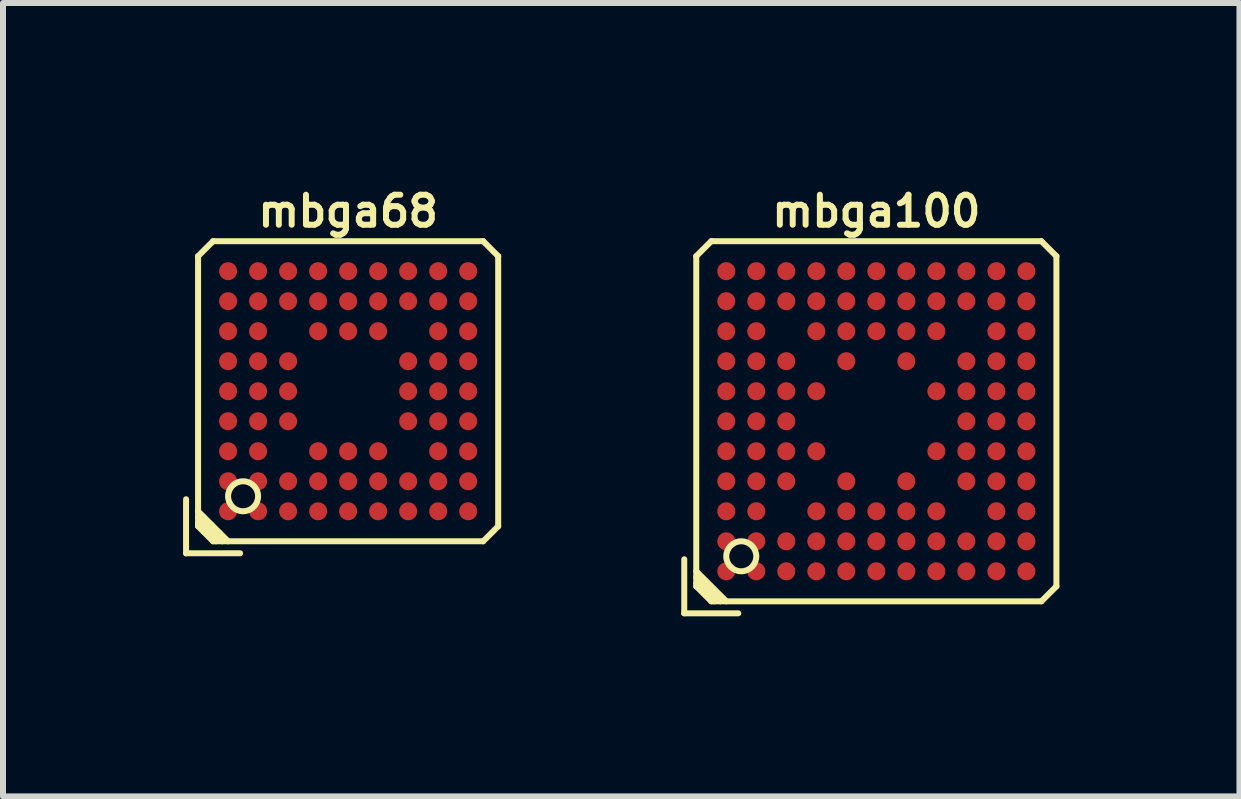
<source format=kicad_pcb>
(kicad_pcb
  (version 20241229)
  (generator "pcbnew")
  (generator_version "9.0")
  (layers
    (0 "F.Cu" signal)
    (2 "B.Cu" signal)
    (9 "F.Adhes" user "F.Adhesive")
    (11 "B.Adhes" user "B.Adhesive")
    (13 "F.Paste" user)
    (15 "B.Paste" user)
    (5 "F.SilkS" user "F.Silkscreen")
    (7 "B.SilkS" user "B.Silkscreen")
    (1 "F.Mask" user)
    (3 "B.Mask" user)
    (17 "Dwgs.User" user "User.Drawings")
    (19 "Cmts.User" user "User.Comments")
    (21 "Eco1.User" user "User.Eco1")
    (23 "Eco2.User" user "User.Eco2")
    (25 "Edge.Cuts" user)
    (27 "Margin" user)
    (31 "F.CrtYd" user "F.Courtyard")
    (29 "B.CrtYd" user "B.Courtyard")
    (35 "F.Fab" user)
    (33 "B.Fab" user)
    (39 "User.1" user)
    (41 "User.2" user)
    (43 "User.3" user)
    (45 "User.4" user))
  (footprint "mbga100"
    (layer "F.Cu")
    (at 11.55 3.968)
    (property "Reference" "mbga100" (at 0 -3.5 0) (layer "F.SilkS") (effects (font (size 0.5 0.5) (thickness 0.1))))
    (attr through_hole)
    (fp_line (start -3.2 3.2) (end -3.2 2.3) (stroke (width 0.1) (type solid)) (layer "F.SilkS"))
    (fp_line (start -3 -2.75) (end -3 2.75) (stroke (width 0.1) (type solid)) (layer "F.SilkS"))
    (fp_line (start -3 -2.75) (end -2.75 -3) (stroke (width 0.1) (type solid)) (layer "F.SilkS"))
    (fp_line (start -3 2.5) (end -2.5 3) (stroke (width 0.1) (type solid)) (layer "F.SilkS"))
    (fp_line (start -3 2.7) (end -2.7 3) (stroke (width 0.1) (type solid)) (layer "F.SilkS"))
    (fp_line (start -2.75 3) (end -3 2.75) (stroke (width 0.1) (type solid)) (layer "F.SilkS"))
    (fp_line (start -2.75 3) (end 2.75 3) (stroke (width 0.1) (type solid)) (layer "F.SilkS"))
    (fp_line (start -2.6 3) (end -3 2.6) (stroke (width 0.1) (type solid)) (layer "F.SilkS"))
    (fp_line (start -2.3 3.2) (end -3.2 3.2) (stroke (width 0.1) (type solid)) (layer "F.SilkS"))
    (fp_line (start 2.75 -3) (end -2.75 -3) (stroke (width 0.1) (type solid)) (layer "F.SilkS"))
    (fp_line (start 2.75 -3) (end 3 -2.75) (stroke (width 0.1) (type solid)) (layer "F.SilkS"))
    (fp_line (start 3 2.75) (end 2.75 3) (stroke (width 0.1) (type solid)) (layer "F.SilkS"))
    (fp_line (start 3 2.75) (end 3 -2.75) (stroke (width 0.1) (type solid)) (layer "F.SilkS"))
    (fp_circle (center -2.25 2.25) (end -2.5 2.25) (stroke (width 0.1) (type solid)) (fill no) (layer "F.SilkS"))
    (pad "A1" smd circle (at -2.5 2.5) (size 0.3 0.3) (layers "F.Cu" "F.Mask" "F.Paste"))
    (pad "A2" smd circle (at -2 2.5) (size 0.3 0.3) (layers "F.Cu" "F.Mask" "F.Paste"))
    (pad "A3" smd circle (at -1.5 2.5) (size 0.3 0.3) (layers "F.Cu" "F.Mask" "F.Paste"))
    (pad "A4" smd circle (at -1 2.5) (size 0.3 0.3) (layers "F.Cu" "F.Mask" "F.Paste"))
    (pad "A5" smd circle (at -0.5 2.5) (size 0.3 0.3) (layers "F.Cu" "F.Mask" "F.Paste"))
    (pad "A6" smd circle (at 0 2.5) (size 0.3 0.3) (layers "F.Cu" "F.Mask" "F.Paste"))
    (pad "A7" smd circle (at 0.5 2.5) (size 0.3 0.3) (layers "F.Cu" "F.Mask" "F.Paste"))
    (pad "A8" smd circle (at 1 2.5) (size 0.3 0.3) (layers "F.Cu" "F.Mask" "F.Paste"))
    (pad "A9" smd circle (at 1.5 2.5) (size 0.3 0.3) (layers "F.Cu" "F.Mask" "F.Paste"))
    (pad "A10" smd circle (at 2 2.5) (size 0.3 0.3) (layers "F.Cu" "F.Mask" "F.Paste"))
    (pad "A11" smd circle (at 2.5 2.5) (size 0.3 0.3) (layers "F.Cu" "F.Mask" "F.Paste"))
    (pad "B1" smd circle (at -2.5 2) (size 0.3 0.3) (layers "F.Cu" "F.Mask" "F.Paste"))
    (pad "B2" smd circle (at -2 2) (size 0.3 0.3) (layers "F.Cu" "F.Mask" "F.Paste"))
    (pad "B3" smd circle (at -1.5 2) (size 0.3 0.3) (layers "F.Cu" "F.Mask" "F.Paste"))
    (pad "B4" smd circle (at -1 2) (size 0.3 0.3) (layers "F.Cu" "F.Mask" "F.Paste"))
    (pad "B5" smd circle (at -0.5 2) (size 0.3 0.3) (layers "F.Cu" "F.Mask" "F.Paste"))
    (pad "B6" smd circle (at 0 2) (size 0.3 0.3) (layers "F.Cu" "F.Mask" "F.Paste"))
    (pad "B7" smd circle (at 0.5 2) (size 0.3 0.3) (layers "F.Cu" "F.Mask" "F.Paste"))
    (pad "B8" smd circle (at 1 2) (size 0.3 0.3) (layers "F.Cu" "F.Mask" "F.Paste"))
    (pad "B9" smd circle (at 1.5 2) (size 0.3 0.3) (layers "F.Cu" "F.Mask" "F.Paste"))
    (pad "B10" smd circle (at 2 2) (size 0.3 0.3) (layers "F.Cu" "F.Mask" "F.Paste"))
    (pad "B11" smd circle (at 2.5 2) (size 0.3 0.3) (layers "F.Cu" "F.Mask" "F.Paste"))
    (pad "C1" smd circle (at -2.5 1.5) (size 0.3 0.3) (layers "F.Cu" "F.Mask" "F.Paste"))
    (pad "C2" smd circle (at -2 1.5) (size 0.3 0.3) (layers "F.Cu" "F.Mask" "F.Paste"))
    (pad "C4" smd circle (at -1 1.5) (size 0.3 0.3) (layers "F.Cu" "F.Mask" "F.Paste"))
    (pad "C5" smd circle (at -0.5 1.5) (size 0.3 0.3) (layers "F.Cu" "F.Mask" "F.Paste"))
    (pad "C6" smd circle (at 0 1.5) (size 0.3 0.3) (layers "F.Cu" "F.Mask" "F.Paste"))
    (pad "C7" smd circle (at 0.5 1.5) (size 0.3 0.3) (layers "F.Cu" "F.Mask" "F.Paste"))
    (pad "C8" smd circle (at 1 1.5) (size 0.3 0.3) (layers "F.Cu" "F.Mask" "F.Paste"))
    (pad "C10" smd circle (at 2 1.5) (size 0.3 0.3) (layers "F.Cu" "F.Mask" "F.Paste"))
    (pad "C11" smd circle (at 2.5 1.5) (size 0.3 0.3) (layers "F.Cu" "F.Mask" "F.Paste"))
    (pad "D1" smd circle (at -2.5 1) (size 0.3 0.3) (layers "F.Cu" "F.Mask" "F.Paste"))
    (pad "D2" smd circle (at -2 1) (size 0.3 0.3) (layers "F.Cu" "F.Mask" "F.Paste"))
    (pad "D3" smd circle (at -1.5 1) (size 0.3 0.3) (layers "F.Cu" "F.Mask" "F.Paste"))
    (pad "D5" smd circle (at -0.5 1) (size 0.3 0.3) (layers "F.Cu" "F.Mask" "F.Paste"))
    (pad "D7" smd circle (at 0.5 1) (size 0.3 0.3) (layers "F.Cu" "F.Mask" "F.Paste"))
    (pad "D9" smd circle (at 1.5 1) (size 0.3 0.3) (layers "F.Cu" "F.Mask" "F.Paste"))
    (pad "D10" smd circle (at 2 1) (size 0.3 0.3) (layers "F.Cu" "F.Mask" "F.Paste"))
    (pad "D11" smd circle (at 2.5 1) (size 0.3 0.3) (layers "F.Cu" "F.Mask" "F.Paste"))
    (pad "E1" smd circle (at -2.5 0.5) (size 0.3 0.3) (layers "F.Cu" "F.Mask" "F.Paste"))
    (pad "E2" smd circle (at -2 0.5) (size 0.3 0.3) (layers "F.Cu" "F.Mask" "F.Paste"))
    (pad "E3" smd circle (at -1.5 0.5) (size 0.3 0.3) (layers "F.Cu" "F.Mask" "F.Paste"))
    (pad "E4" smd circle (at -1 0.5) (size 0.3 0.3) (layers "F.Cu" "F.Mask" "F.Paste"))
    (pad "E8" smd circle (at 1 0.5) (size 0.3 0.3) (layers "F.Cu" "F.Mask" "F.Paste"))
    (pad "E9" smd circle (at 1.5 0.5) (size 0.3 0.3) (layers "F.Cu" "F.Mask" "F.Paste"))
    (pad "E10" smd circle (at 2 0.5) (size 0.3 0.3) (layers "F.Cu" "F.Mask" "F.Paste"))
    (pad "E11" smd circle (at 2.5 0.5) (size 0.3 0.3) (layers "F.Cu" "F.Mask" "F.Paste"))
    (pad "F1" smd circle (at -2.5 0) (size 0.3 0.3) (layers "F.Cu" "F.Mask" "F.Paste"))
    (pad "F2" smd circle (at -2 0) (size 0.3 0.3) (layers "F.Cu" "F.Mask" "F.Paste"))
    (pad "F3" smd circle (at -1.5 0) (size 0.3 0.3) (layers "F.Cu" "F.Mask" "F.Paste"))
    (pad "F9" smd circle (at 1.5 0) (size 0.3 0.3) (layers "F.Cu" "F.Mask" "F.Paste"))
    (pad "F10" smd circle (at 2 0) (size 0.3 0.3) (layers "F.Cu" "F.Mask" "F.Paste"))
    (pad "F11" smd circle (at 2.5 0) (size 0.3 0.3) (layers "F.Cu" "F.Mask" "F.Paste"))
    (pad "G1" smd circle (at -2.5 -0.5) (size 0.3 0.3) (layers "F.Cu" "F.Mask" "F.Paste"))
    (pad "G2" smd circle (at -2 -0.5) (size 0.3 0.3) (layers "F.Cu" "F.Mask" "F.Paste"))
    (pad "G3" smd circle (at -1.5 -0.5) (size 0.3 0.3) (layers "F.Cu" "F.Mask" "F.Paste"))
    (pad "G4" smd circle (at -1 -0.5) (size 0.3 0.3) (layers "F.Cu" "F.Mask" "F.Paste"))
    (pad "G8" smd circle (at 1 -0.5) (size 0.3 0.3) (layers "F.Cu" "F.Mask" "F.Paste"))
    (pad "G9" smd circle (at 1.5 -0.5) (size 0.3 0.3) (layers "F.Cu" "F.Mask" "F.Paste"))
    (pad "G10" smd circle (at 2 -0.5) (size 0.3 0.3) (layers "F.Cu" "F.Mask" "F.Paste"))
    (pad "G11" smd circle (at 2.5 -0.5) (size 0.3 0.3) (layers "F.Cu" "F.Mask" "F.Paste"))
    (pad "H1" smd circle (at -2.5 -1) (size 0.3 0.3) (layers "F.Cu" "F.Mask" "F.Paste"))
    (pad "H2" smd circle (at -2 -1) (size 0.3 0.3) (layers "F.Cu" "F.Mask" "F.Paste"))
    (pad "H3" smd circle (at -1.5 -1) (size 0.3 0.3) (layers "F.Cu" "F.Mask" "F.Paste"))
    (pad "H5" smd circle (at -0.5 -1) (size 0.3 0.3) (layers "F.Cu" "F.Mask" "F.Paste"))
    (pad "H7" smd circle (at 0.5 -1) (size 0.3 0.3) (layers "F.Cu" "F.Mask" "F.Paste"))
    (pad "H9" smd circle (at 1.5 -1) (size 0.3 0.3) (layers "F.Cu" "F.Mask" "F.Paste"))
    (pad "H10" smd circle (at 2 -1) (size 0.3 0.3) (layers "F.Cu" "F.Mask" "F.Paste"))
    (pad "H11" smd circle (at 2.5 -1) (size 0.3 0.3) (layers "F.Cu" "F.Mask" "F.Paste"))
    (pad "J1" smd circle (at -2.5 -1.5) (size 0.3 0.3) (layers "F.Cu" "F.Mask" "F.Paste"))
    (pad "J2" smd circle (at -2 -1.5) (size 0.3 0.3) (layers "F.Cu" "F.Mask" "F.Paste"))
    (pad "J4" smd circle (at -1 -1.5) (size 0.3 0.3) (layers "F.Cu" "F.Mask" "F.Paste"))
    (pad "J5" smd circle (at -0.5 -1.5) (size 0.3 0.3) (layers "F.Cu" "F.Mask" "F.Paste"))
    (pad "J6" smd circle (at 0 -1.5) (size 0.3 0.3) (layers "F.Cu" "F.Mask" "F.Paste"))
    (pad "J7" smd circle (at 0.5 -1.5) (size 0.3 0.3) (layers "F.Cu" "F.Mask" "F.Paste"))
    (pad "J8" smd circle (at 1 -1.5) (size 0.3 0.3) (layers "F.Cu" "F.Mask" "F.Paste"))
    (pad "J10" smd circle (at 2 -1.5) (size 0.3 0.3) (layers "F.Cu" "F.Mask" "F.Paste"))
    (pad "J11" smd circle (at 2.5 -1.5) (size 0.3 0.3) (layers "F.Cu" "F.Mask" "F.Paste"))
    (pad "K1" smd circle (at -2.5 -2) (size 0.3 0.3) (layers "F.Cu" "F.Mask" "F.Paste"))
    (pad "K2" smd circle (at -2 -2) (size 0.3 0.3) (layers "F.Cu" "F.Mask" "F.Paste"))
    (pad "K3" smd circle (at -1.5 -2) (size 0.3 0.3) (layers "F.Cu" "F.Mask" "F.Paste"))
    (pad "K4" smd circle (at -1 -2) (size 0.3 0.3) (layers "F.Cu" "F.Mask" "F.Paste"))
    (pad "K5" smd circle (at -0.5 -2) (size 0.3 0.3) (layers "F.Cu" "F.Mask" "F.Paste"))
    (pad "K6" smd circle (at 0 -2) (size 0.3 0.3) (layers "F.Cu" "F.Mask" "F.Paste"))
    (pad "K7" smd circle (at 0.5 -2) (size 0.3 0.3) (layers "F.Cu" "F.Mask" "F.Paste"))
    (pad "K8" smd circle (at 1 -2) (size 0.3 0.3) (layers "F.Cu" "F.Mask" "F.Paste"))
    (pad "K9" smd circle (at 1.5 -2) (size 0.3 0.3) (layers "F.Cu" "F.Mask" "F.Paste"))
    (pad "K10" smd circle (at 2 -2) (size 0.3 0.3) (layers "F.Cu" "F.Mask" "F.Paste"))
    (pad "K11" smd circle (at 2.5 -2) (size 0.3 0.3) (layers "F.Cu" "F.Mask" "F.Paste"))
    (pad "L1" smd circle (at -2.5 -2.5) (size 0.3 0.3) (layers "F.Cu" "F.Mask" "F.Paste"))
    (pad "L2" smd circle (at -2 -2.5) (size 0.3 0.3) (layers "F.Cu" "F.Mask" "F.Paste"))
    (pad "L3" smd circle (at -1.5 -2.5) (size 0.3 0.3) (layers "F.Cu" "F.Mask" "F.Paste"))
    (pad "L4" smd circle (at -1 -2.5) (size 0.3 0.3) (layers "F.Cu" "F.Mask" "F.Paste"))
    (pad "L5" smd circle (at -0.5 -2.5) (size 0.3 0.3) (layers "F.Cu" "F.Mask" "F.Paste"))
    (pad "L6" smd circle (at 0 -2.5) (size 0.3 0.3) (layers "F.Cu" "F.Mask" "F.Paste"))
    (pad "L7" smd circle (at 0.5 -2.5) (size 0.3 0.3) (layers "F.Cu" "F.Mask" "F.Paste"))
    (pad "L8" smd circle (at 1 -2.5) (size 0.3 0.3) (layers "F.Cu" "F.Mask" "F.Paste"))
    (pad "L9" smd circle (at 1.5 -2.5) (size 0.3 0.3) (layers "F.Cu" "F.Mask" "F.Paste"))
    (pad "L10" smd circle (at 2 -2.5) (size 0.3 0.3) (layers "F.Cu" "F.Mask" "F.Paste"))
    (pad "L11" smd circle (at 2.5 -2.5) (size 0.3 0.3) (layers "F.Cu" "F.Mask" "F.Paste")))
  (footprint "mbga68"
    (layer "F.Cu")
    (at 2.75 3.468)
    (property "Reference" "mbga68" (at 0 -3 0) (layer "F.SilkS") (effects (font (size 0.5 0.5) (thickness 0.1))))
    (attr through_hole)
    (fp_line (start -2.7 2.7) (end -2.7 1.8) (stroke (width 0.1) (type solid)) (layer "F.SilkS"))
    (fp_line (start -2.5 -2.25) (end -2.25 -2.5) (stroke (width 0.1) (type solid)) (layer "F.SilkS"))
    (fp_line (start -2.5 2) (end -2 2.5) (stroke (width 0.1) (type solid)) (layer "F.SilkS"))
    (fp_line (start -2.5 2.2) (end -2.2 2.5) (stroke (width 0.1) (type solid)) (layer "F.SilkS"))
    (fp_line (start -2.5 2.25) (end -2.5 -2.25) (stroke (width 0.1) (type solid)) (layer "F.SilkS"))
    (fp_line (start -2.25 -2.5) (end 2.25 -2.5) (stroke (width 0.1) (type solid)) (layer "F.SilkS"))
    (fp_line (start -2.25 2.5) (end -2.5 2.25) (stroke (width 0.1) (type solid)) (layer "F.SilkS"))
    (fp_line (start -2.1 2.5) (end -2.5 2.1) (stroke (width 0.1) (type solid)) (layer "F.SilkS"))
    (fp_line (start -1.8 2.7) (end -2.7 2.7) (stroke (width 0.1) (type solid)) (layer "F.SilkS"))
    (fp_line (start 2.25 -2.5) (end 2.5 -2.25) (stroke (width 0.1) (type solid)) (layer "F.SilkS"))
    (fp_line (start 2.25 2.5) (end -2.25 2.5) (stroke (width 0.1) (type solid)) (layer "F.SilkS"))
    (fp_line (start 2.5 -2.25) (end 2.5 2.25) (stroke (width 0.1) (type solid)) (layer "F.SilkS"))
    (fp_line (start 2.5 2.25) (end 2.25 2.5) (stroke (width 0.1) (type solid)) (layer "F.SilkS"))
    (fp_circle (center -1.75 1.75) (end -2 1.75) (stroke (width 0.1) (type solid)) (fill no) (layer "F.SilkS"))
    (pad "A1" smd circle (at -2 2) (size 0.3 0.3) (layers "F.Cu" "F.Mask" "F.Paste"))
    (pad "A2" smd circle (at -1.5 2) (size 0.3 0.3) (layers "F.Cu" "F.Mask" "F.Paste"))
    (pad "A3" smd circle (at -1 2) (size 0.3 0.3) (layers "F.Cu" "F.Mask" "F.Paste"))
    (pad "A4" smd circle (at -0.5 2) (size 0.3 0.3) (layers "F.Cu" "F.Mask" "F.Paste"))
    (pad "A5" smd circle (at 0 2) (size 0.3 0.3) (layers "F.Cu" "F.Mask" "F.Paste"))
    (pad "A6" smd circle (at 0.5 2) (size 0.3 0.3) (layers "F.Cu" "F.Mask" "F.Paste"))
    (pad "A7" smd circle (at 1 2) (size 0.3 0.3) (layers "F.Cu" "F.Mask" "F.Paste"))
    (pad "A8" smd circle (at 1.5 2) (size 0.3 0.3) (layers "F.Cu" "F.Mask" "F.Paste"))
    (pad "A9" smd circle (at 2 2) (size 0.3 0.3) (layers "F.Cu" "F.Mask" "F.Paste"))
    (pad "B1" smd circle (at -2 1.5) (size 0.3 0.3) (layers "F.Cu" "F.Mask" "F.Paste"))
    (pad "B2" smd circle (at -1.5 1.5) (size 0.3 0.3) (layers "F.Cu" "F.Mask" "F.Paste"))
    (pad "B3" smd circle (at -1 1.5) (size 0.3 0.3) (layers "F.Cu" "F.Mask" "F.Paste"))
    (pad "B4" smd circle (at -0.5 1.5) (size 0.3 0.3) (layers "F.Cu" "F.Mask" "F.Paste"))
    (pad "B5" smd circle (at 0 1.5) (size 0.3 0.3) (layers "F.Cu" "F.Mask" "F.Paste"))
    (pad "B6" smd circle (at 0.5 1.5) (size 0.3 0.3) (layers "F.Cu" "F.Mask" "F.Paste"))
    (pad "B7" smd circle (at 1 1.5) (size 0.3 0.3) (layers "F.Cu" "F.Mask" "F.Paste"))
    (pad "B8" smd circle (at 1.5 1.5) (size 0.3 0.3) (layers "F.Cu" "F.Mask" "F.Paste"))
    (pad "B9" smd circle (at 2 1.5) (size 0.3 0.3) (layers "F.Cu" "F.Mask" "F.Paste"))
    (pad "C1" smd circle (at -2 1) (size 0.3 0.3) (layers "F.Cu" "F.Mask" "F.Paste"))
    (pad "C2" smd circle (at -1.5 1) (size 0.3 0.3) (layers "F.Cu" "F.Mask" "F.Paste"))
    (pad "C4" smd circle (at -0.5 1) (size 0.3 0.3) (layers "F.Cu" "F.Mask" "F.Paste"))
    (pad "C5" smd circle (at 0 1) (size 0.3 0.3) (layers "F.Cu" "F.Mask" "F.Paste"))
    (pad "C6" smd circle (at 0.5 1) (size 0.3 0.3) (layers "F.Cu" "F.Mask" "F.Paste"))
    (pad "C8" smd circle (at 1.5 1) (size 0.3 0.3) (layers "F.Cu" "F.Mask" "F.Paste"))
    (pad "C9" smd circle (at 2 1) (size 0.3 0.3) (layers "F.Cu" "F.Mask" "F.Paste"))
    (pad "D1" smd circle (at -2 0.5) (size 0.3 0.3) (layers "F.Cu" "F.Mask" "F.Paste"))
    (pad "D2" smd circle (at -1.5 0.5) (size 0.3 0.3) (layers "F.Cu" "F.Mask" "F.Paste"))
    (pad "D3" smd circle (at -1 0.5) (size 0.3 0.3) (layers "F.Cu" "F.Mask" "F.Paste"))
    (pad "D7" smd circle (at 1 0.5) (size 0.3 0.3) (layers "F.Cu" "F.Mask" "F.Paste"))
    (pad "D8" smd circle (at 1.5 0.5) (size 0.3 0.3) (layers "F.Cu" "F.Mask" "F.Paste"))
    (pad "D9" smd circle (at 2 0.5) (size 0.3 0.3) (layers "F.Cu" "F.Mask" "F.Paste"))
    (pad "E1" smd circle (at -2 0) (size 0.3 0.3) (layers "F.Cu" "F.Mask" "F.Paste"))
    (pad "E2" smd circle (at -1.5 0) (size 0.3 0.3) (layers "F.Cu" "F.Mask" "F.Paste"))
    (pad "E3" smd circle (at -1 0) (size 0.3 0.3) (layers "F.Cu" "F.Mask" "F.Paste"))
    (pad "E7" smd circle (at 1 0) (size 0.3 0.3) (layers "F.Cu" "F.Mask" "F.Paste"))
    (pad "E8" smd circle (at 1.5 0) (size 0.3 0.3) (layers "F.Cu" "F.Mask" "F.Paste"))
    (pad "E9" smd circle (at 2 0) (size 0.3 0.3) (layers "F.Cu" "F.Mask" "F.Paste"))
    (pad "F1" smd circle (at -2 -0.5) (size 0.3 0.3) (layers "F.Cu" "F.Mask" "F.Paste"))
    (pad "F2" smd circle (at -1.5 -0.5) (size 0.3 0.3) (layers "F.Cu" "F.Mask" "F.Paste"))
    (pad "F3" smd circle (at -1 -0.5) (size 0.3 0.3) (layers "F.Cu" "F.Mask" "F.Paste"))
    (pad "F7" smd circle (at 1 -0.5) (size 0.3 0.3) (layers "F.Cu" "F.Mask" "F.Paste"))
    (pad "F8" smd circle (at 1.5 -0.5) (size 0.3 0.3) (layers "F.Cu" "F.Mask" "F.Paste"))
    (pad "F9" smd circle (at 2 -0.5) (size 0.3 0.3) (layers "F.Cu" "F.Mask" "F.Paste"))
    (pad "G1" smd circle (at -2 -1) (size 0.3 0.3) (layers "F.Cu" "F.Mask" "F.Paste"))
    (pad "G2" smd circle (at -1.5 -1) (size 0.3 0.3) (layers "F.Cu" "F.Mask" "F.Paste"))
    (pad "G4" smd circle (at -0.5 -1) (size 0.3 0.3) (layers "F.Cu" "F.Mask" "F.Paste"))
    (pad "G5" smd circle (at 0 -1) (size 0.3 0.3) (layers "F.Cu" "F.Mask" "F.Paste"))
    (pad "G6" smd circle (at 0.5 -1) (size 0.3 0.3) (layers "F.Cu" "F.Mask" "F.Paste"))
    (pad "G8" smd circle (at 1.5 -1) (size 0.3 0.3) (layers "F.Cu" "F.Mask" "F.Paste"))
    (pad "G9" smd circle (at 2 -1) (size 0.3 0.3) (layers "F.Cu" "F.Mask" "F.Paste"))
    (pad "H1" smd circle (at -2 -1.5) (size 0.3 0.3) (layers "F.Cu" "F.Mask" "F.Paste"))
    (pad "H2" smd circle (at -1.5 -1.5) (size 0.3 0.3) (layers "F.Cu" "F.Mask" "F.Paste"))
    (pad "H3" smd circle (at -1 -1.5) (size 0.3 0.3) (layers "F.Cu" "F.Mask" "F.Paste"))
    (pad "H4" smd circle (at -0.5 -1.5) (size 0.3 0.3) (layers "F.Cu" "F.Mask" "F.Paste"))
    (pad "H5" smd circle (at 0 -1.5) (size 0.3 0.3) (layers "F.Cu" "F.Mask" "F.Paste"))
    (pad "H6" smd circle (at 0.5 -1.5) (size 0.3 0.3) (layers "F.Cu" "F.Mask" "F.Paste"))
    (pad "H7" smd circle (at 1 -1.5) (size 0.3 0.3) (layers "F.Cu" "F.Mask" "F.Paste"))
    (pad "H8" smd circle (at 1.5 -1.5) (size 0.3 0.3) (layers "F.Cu" "F.Mask" "F.Paste"))
    (pad "H9" smd circle (at 2 -1.5) (size 0.3 0.3) (layers "F.Cu" "F.Mask" "F.Paste"))
    (pad "J1" smd circle (at -2 -2) (size 0.3 0.3) (layers "F.Cu" "F.Mask" "F.Paste"))
    (pad "J2" smd circle (at -1.5 -2) (size 0.3 0.3) (layers "F.Cu" "F.Mask" "F.Paste"))
    (pad "J3" smd circle (at -1 -2) (size 0.3 0.3) (layers "F.Cu" "F.Mask" "F.Paste"))
    (pad "J4" smd circle (at -0.5 -2) (size 0.3 0.3) (layers "F.Cu" "F.Mask" "F.Paste"))
    (pad "J5" smd circle (at 0 -2) (size 0.3 0.3) (layers "F.Cu" "F.Mask" "F.Paste"))
    (pad "J6" smd circle (at 0.5 -2) (size 0.3 0.3) (layers "F.Cu" "F.Mask" "F.Paste"))
    (pad "J7" smd circle (at 1 -2) (size 0.3 0.3) (layers "F.Cu" "F.Mask" "F.Paste"))
    (pad "J8" smd circle (at 1.5 -2) (size 0.3 0.3) (layers "F.Cu" "F.Mask" "F.Paste"))
    (pad "J9" smd circle (at 2 -2) (size 0.3 0.3) (layers "F.Cu" "F.Mask" "F.Paste")))
  (gr_rect
    (start -3 -3)
    (end 17.6 10.218)
    (stroke (width 0.1) (type default))
    (fill no)
    (layer "Edge.Cuts")))
</source>
